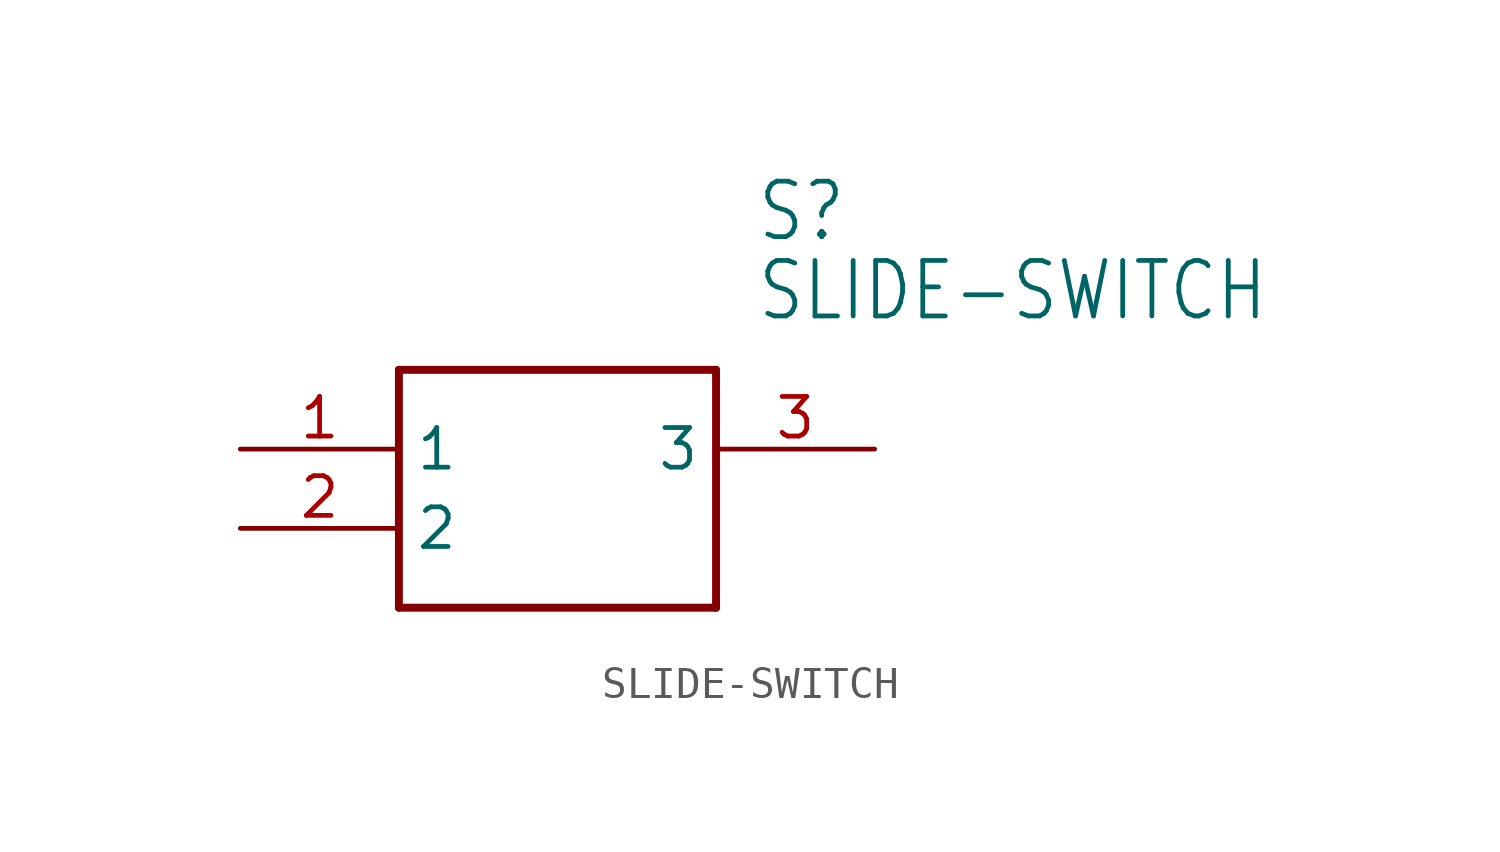
<source format=kicad_sym>
(kicad_symbol_lib
  (version 20211014)
  (generator kicad_symbol_editor)
  (symbol "SLIDE-SWITCH"
    (property "Reference" "S"
      (at 16.51 7.62 0)
      (effects (font (size 1.778 1.511)) (justify left)))
    (property "Value" "SLIDE-SWITCH"
      (at 16.51 5.08 0)
      (effects (font (size 1.778 1.511)) (justify left)))
    (property "ki_locked" ""
      (at 0 0 0)
      (effects (font (size 1.27 1.27))))
    (symbol "SLIDE-SWITCH_1_0"
      (polyline (pts (xy 5.08 2.54) (xy 5.08 -5.08)) (stroke (width 0.254) (type default) (color 0 0 0 0)) (fill (type none)))
      (polyline (pts (xy 5.08 2.54) (xy 15.24 2.54)) (stroke (width 0.254) (type default) (color 0 0 0 0)) (fill (type none)))
      (polyline (pts (xy 15.24 -5.08) (xy 5.08 -5.08)) (stroke (width 0.254) (type default) (color 0 0 0 0)) (fill (type none)))
      (polyline (pts (xy 15.24 -5.08) (xy 15.24 2.54)) (stroke (width 0.254) (type default) (color 0 0 0 0)) (fill (type none)))
      (pin bidirectional line (at 0 0 0) (length 5.08) (name "1" (effects (font (size 1.27 1.27)))) (number "1" (effects (font (size 1.27 1.27)))))
      (pin bidirectional line (at 0 -2.54 0) (length 5.08) (name "2" (effects (font (size 1.27 1.27)))) (number "2" (effects (font (size 1.27 1.27)))))
      (pin bidirectional line (at 20.32 0 180) (length 5.08) (name "3" (effects (font (size 1.27 1.27)))) (number "3" (effects (font (size 1.27 1.27))))))))
</source>
